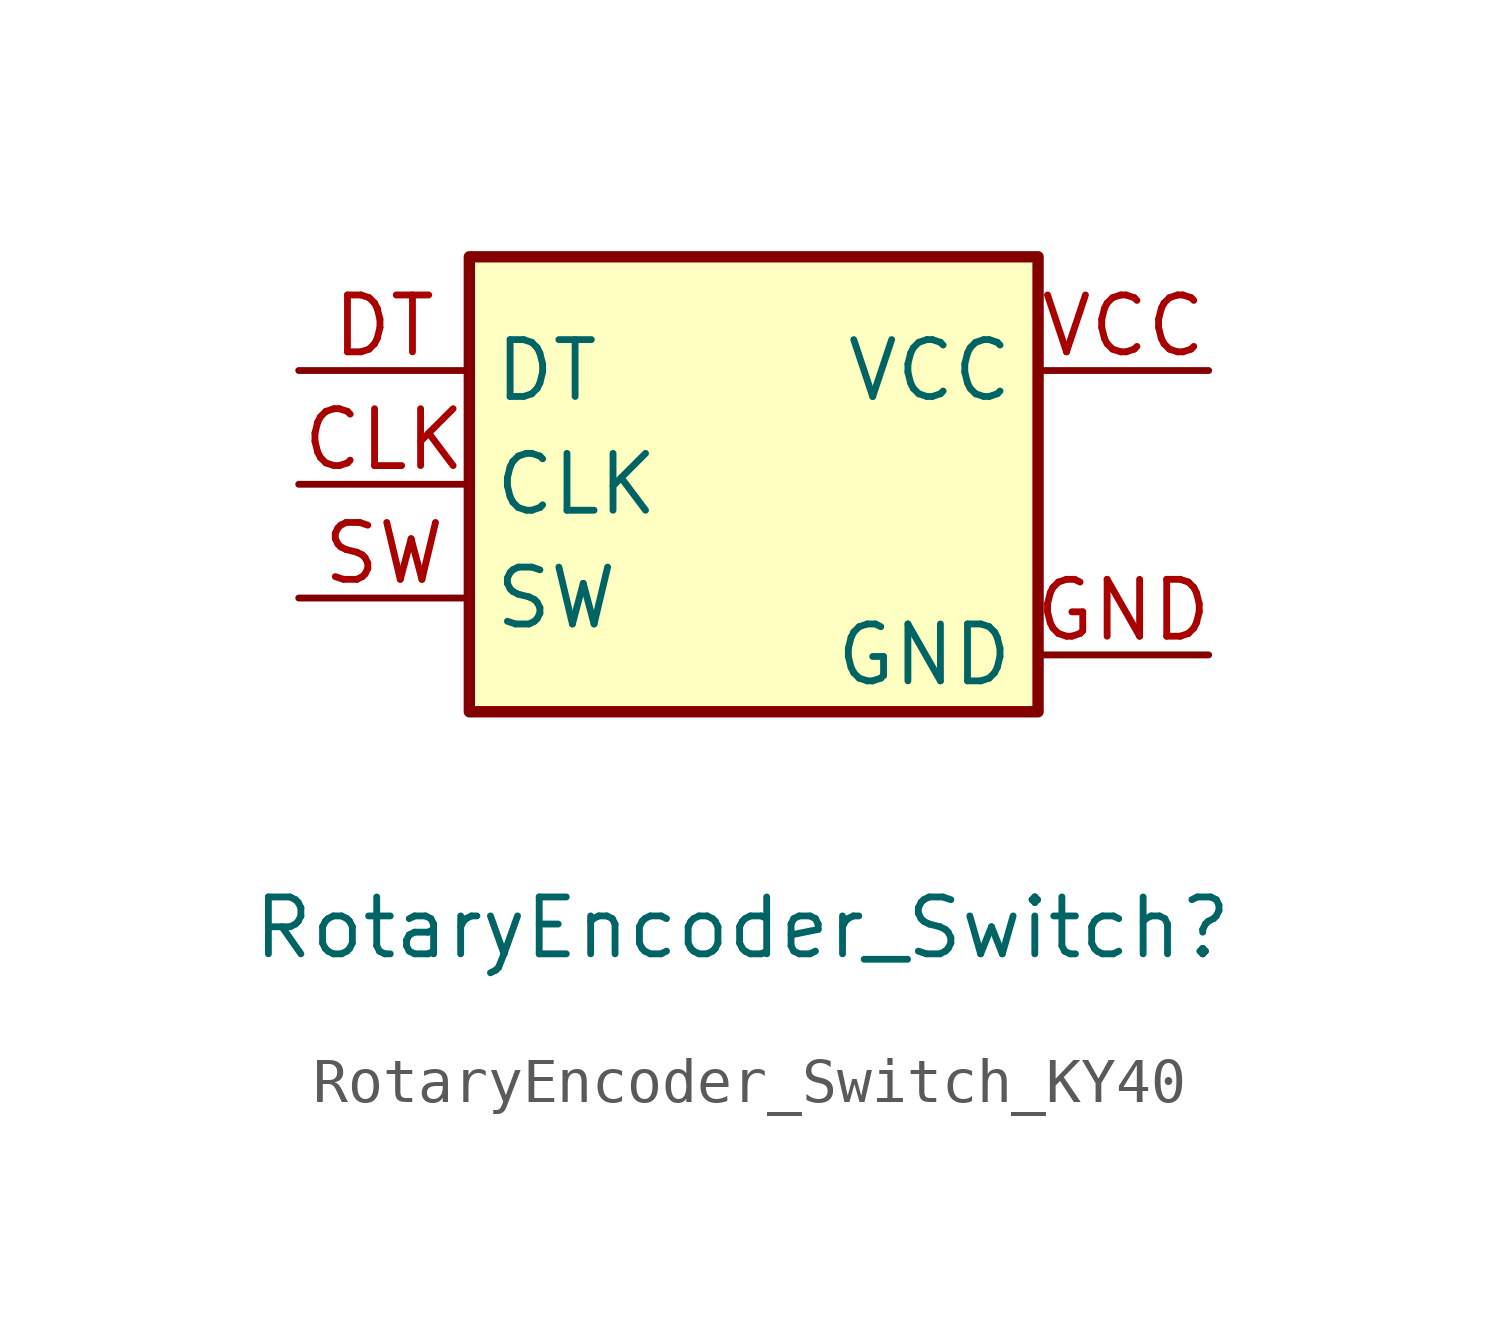
<source format=kicad_sym>
(kicad_symbol_lib
  (version 20231120)
  (generator "kicad_symbol_editor")
  (generator_version "8.0")
  (symbol "RotaryEncoder_Switch_KY40"
    (property "Reference" "RotaryEncoder_Switch"
      (at -0.254 -9.906 0)
      (effects (font (size 1.27 1.27))))
    (property "Value" ""
      (at -2.54 2.54 0)
      (effects (font (size 1.27 1.27))))
    (symbol "RotaryEncoder_Switch_KY40_1_1"
      (rectangle (start -6.35 5.08) (end 6.35 -5.08) (stroke (width 0.254) (type default)) (fill (type color) (color 255 255 194 1)))
      (pin passive line (at -10.16 0 0) (length 3.81) (name "CLK" (effects (font (size 1.27 1.27)))) (number "CLK" (effects (font (size 1.27 1.27)))))
      (pin passive line (at -10.16 2.54 0) (length 3.81) (name "DT" (effects (font (size 1.27 1.27)))) (number "DT" (effects (font (size 1.27 1.27)))))
      (pin passive line (at 10.16 -3.81 180) (length 3.81) (name "GND" (effects (font (size 1.27 1.27)))) (number "GND" (effects (font (size 1.27 1.27)))))
      (pin passive line (at -10.16 -2.54 0) (length 3.81) (name "SW" (effects (font (size 1.27 1.27)))) (number "SW" (effects (font (size 1.27 1.27)))))
      (pin input line (at 10.16 2.54 180) (length 3.81) (name "VCC" (effects (font (size 1.27 1.27)))) (number "VCC" (effects (font (size 1.27 1.27))))))))
</source>
